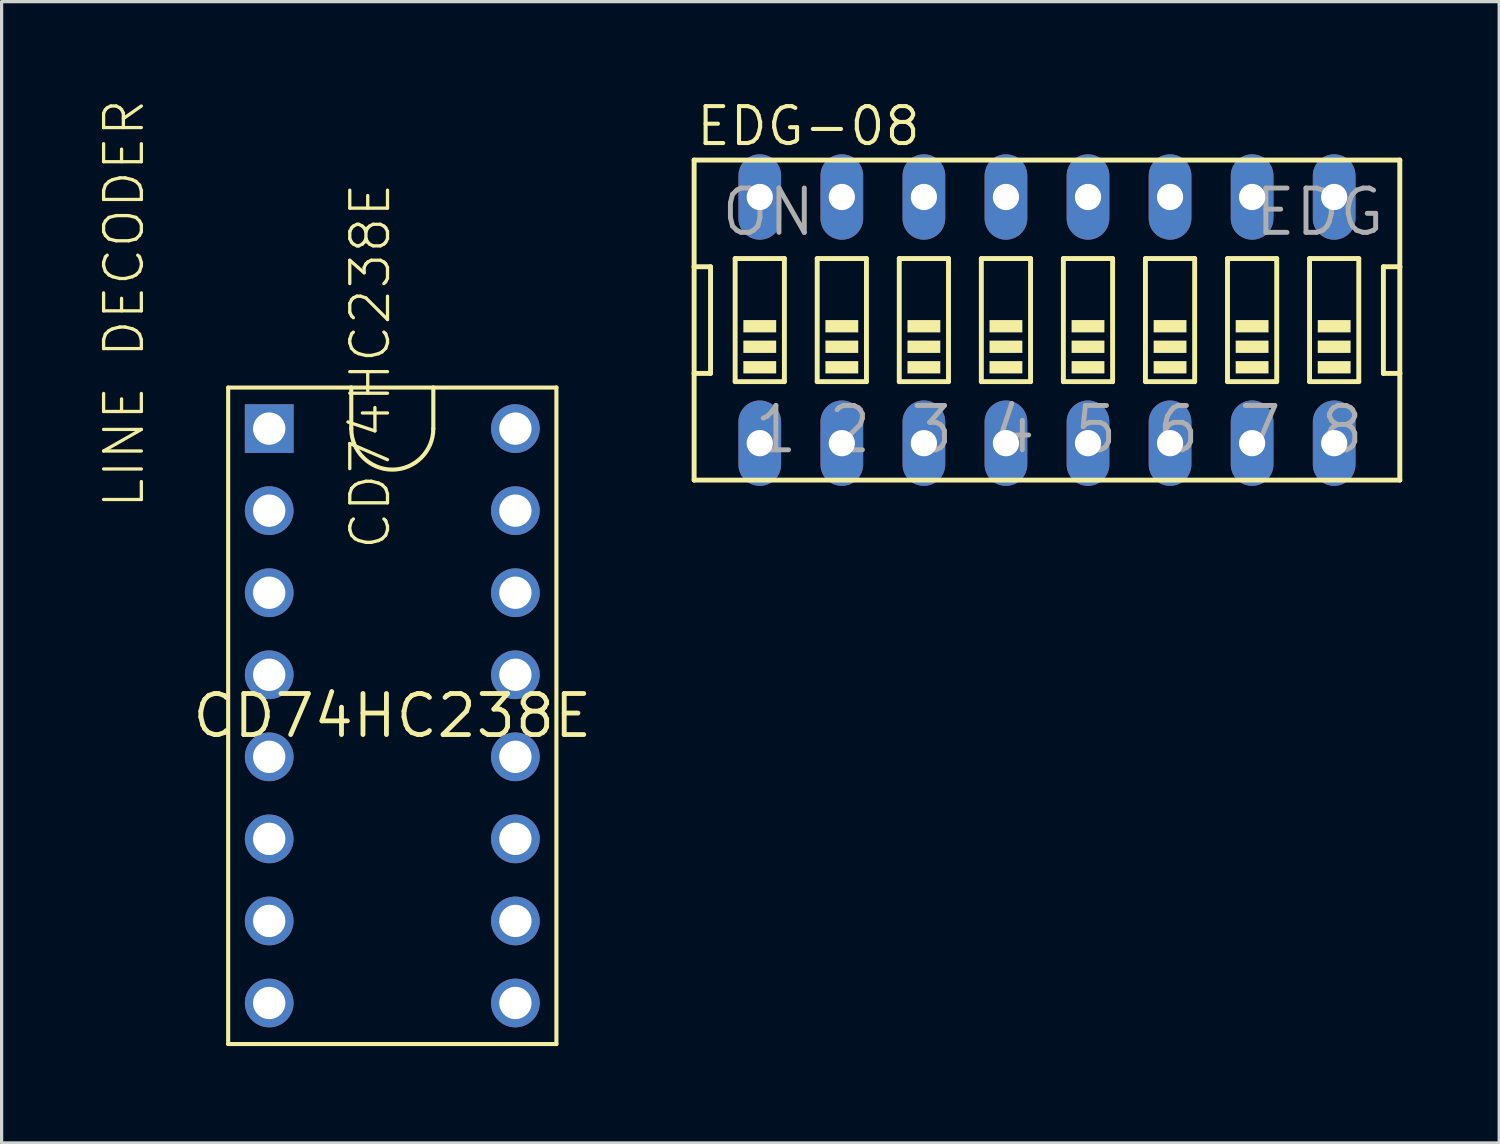
<source format=kicad_pcb>
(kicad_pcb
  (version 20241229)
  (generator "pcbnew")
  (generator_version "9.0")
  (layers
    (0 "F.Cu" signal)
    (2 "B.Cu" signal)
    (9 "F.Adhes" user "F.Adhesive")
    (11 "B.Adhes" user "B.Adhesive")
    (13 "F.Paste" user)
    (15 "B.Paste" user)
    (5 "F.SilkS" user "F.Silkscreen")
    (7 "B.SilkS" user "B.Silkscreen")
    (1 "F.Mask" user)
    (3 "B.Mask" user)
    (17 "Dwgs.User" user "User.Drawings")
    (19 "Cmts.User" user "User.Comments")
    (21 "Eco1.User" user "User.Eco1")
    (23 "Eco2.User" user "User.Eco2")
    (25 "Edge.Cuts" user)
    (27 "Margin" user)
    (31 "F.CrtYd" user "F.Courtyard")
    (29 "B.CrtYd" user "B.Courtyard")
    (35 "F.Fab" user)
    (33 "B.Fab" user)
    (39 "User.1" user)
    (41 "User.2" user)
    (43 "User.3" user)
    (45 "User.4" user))
  (footprint "EDG-08"
    (layer "F.Cu")
    (at 29.358 6.858)
    (property "Reference" "EDG-08" (at -10.922 -5.334 0) (layer "F.SilkS") (effects (font (size 1.143 1.143) (thickness 0.127)) (justify left bottom)))
    (fp_line (start -10.922 -4.953) (end -10.922 -1.651) (stroke (width 0.152) (type solid)) (layer "F.SilkS"))
    (fp_line (start -10.922 -1.651) (end -10.922 1.651) (stroke (width 0.152) (type solid)) (layer "F.SilkS"))
    (fp_line (start -10.922 1.651) (end -10.922 4.953) (stroke (width 0.152) (type solid)) (layer "F.SilkS"))
    (fp_line (start -10.922 1.651) (end -10.414 1.651) (stroke (width 0.152) (type solid)) (layer "F.SilkS"))
    (fp_line (start -10.922 4.953) (end 10.922 4.953) (stroke (width 0.152) (type solid)) (layer "F.SilkS"))
    (fp_line (start -10.414 -1.651) (end -10.922 -1.651) (stroke (width 0.152) (type solid)) (layer "F.SilkS"))
    (fp_line (start -10.414 1.651) (end -10.414 -1.651) (stroke (width 0.152) (type solid)) (layer "F.SilkS"))
    (fp_line (start -9.652 -1.905) (end -9.652 1.905) (stroke (width 0.152) (type solid)) (layer "F.SilkS"))
    (fp_line (start -9.652 -1.905) (end -8.128 -1.905) (stroke (width 0.152) (type solid)) (layer "F.SilkS"))
    (fp_line (start -8.128 1.905) (end -9.652 1.905) (stroke (width 0.152) (type solid)) (layer "F.SilkS"))
    (fp_line (start -8.128 1.905) (end -8.128 -1.905) (stroke (width 0.152) (type solid)) (layer "F.SilkS"))
    (fp_line (start -7.112 -1.905) (end -7.112 1.905) (stroke (width 0.152) (type solid)) (layer "F.SilkS"))
    (fp_line (start -7.112 -1.905) (end -5.588 -1.905) (stroke (width 0.152) (type solid)) (layer "F.SilkS"))
    (fp_line (start -5.588 1.905) (end -7.112 1.905) (stroke (width 0.152) (type solid)) (layer "F.SilkS"))
    (fp_line (start -5.588 1.905) (end -5.588 -1.905) (stroke (width 0.152) (type solid)) (layer "F.SilkS"))
    (fp_line (start -4.572 -1.905) (end -4.572 1.905) (stroke (width 0.152) (type solid)) (layer "F.SilkS"))
    (fp_line (start -4.572 -1.905) (end -3.048 -1.905) (stroke (width 0.152) (type solid)) (layer "F.SilkS"))
    (fp_line (start -3.048 1.905) (end -4.572 1.905) (stroke (width 0.152) (type solid)) (layer "F.SilkS"))
    (fp_line (start -3.048 1.905) (end -3.048 -1.905) (stroke (width 0.152) (type solid)) (layer "F.SilkS"))
    (fp_line (start -2.032 -1.905) (end -2.032 1.905) (stroke (width 0.152) (type solid)) (layer "F.SilkS"))
    (fp_line (start -2.032 -1.905) (end -0.508 -1.905) (stroke (width 0.152) (type solid)) (layer "F.SilkS"))
    (fp_line (start -0.508 1.905) (end -2.032 1.905) (stroke (width 0.152) (type solid)) (layer "F.SilkS"))
    (fp_line (start -0.508 1.905) (end -0.508 -1.905) (stroke (width 0.152) (type solid)) (layer "F.SilkS"))
    (fp_line (start 0.508 -1.905) (end 0.508 1.905) (stroke (width 0.152) (type solid)) (layer "F.SilkS"))
    (fp_line (start 0.508 -1.905) (end 2.032 -1.905) (stroke (width 0.152) (type solid)) (layer "F.SilkS"))
    (fp_line (start 2.032 1.905) (end 0.508 1.905) (stroke (width 0.152) (type solid)) (layer "F.SilkS"))
    (fp_line (start 2.032 1.905) (end 2.032 -1.905) (stroke (width 0.152) (type solid)) (layer "F.SilkS"))
    (fp_line (start 3.048 -1.905) (end 3.048 1.905) (stroke (width 0.152) (type solid)) (layer "F.SilkS"))
    (fp_line (start 3.048 -1.905) (end 4.572 -1.905) (stroke (width 0.152) (type solid)) (layer "F.SilkS"))
    (fp_line (start 4.572 1.905) (end 3.048 1.905) (stroke (width 0.152) (type solid)) (layer "F.SilkS"))
    (fp_line (start 4.572 1.905) (end 4.572 -1.905) (stroke (width 0.152) (type solid)) (layer "F.SilkS"))
    (fp_line (start 5.588 -1.905) (end 5.588 1.905) (stroke (width 0.152) (type solid)) (layer "F.SilkS"))
    (fp_line (start 5.588 -1.905) (end 7.112 -1.905) (stroke (width 0.152) (type solid)) (layer "F.SilkS"))
    (fp_line (start 7.112 1.905) (end 5.588 1.905) (stroke (width 0.152) (type solid)) (layer "F.SilkS"))
    (fp_line (start 7.112 1.905) (end 7.112 -1.905) (stroke (width 0.152) (type solid)) (layer "F.SilkS"))
    (fp_line (start 8.128 -1.905) (end 8.128 1.905) (stroke (width 0.152) (type solid)) (layer "F.SilkS"))
    (fp_line (start 8.128 -1.905) (end 9.652 -1.905) (stroke (width 0.152) (type solid)) (layer "F.SilkS"))
    (fp_line (start 9.652 1.905) (end 8.128 1.905) (stroke (width 0.152) (type solid)) (layer "F.SilkS"))
    (fp_line (start 9.652 1.905) (end 9.652 -1.905) (stroke (width 0.152) (type solid)) (layer "F.SilkS"))
    (fp_line (start 10.414 -1.651) (end 10.414 1.651) (stroke (width 0.152) (type solid)) (layer "F.SilkS"))
    (fp_line (start 10.414 1.651) (end 10.922 1.651) (stroke (width 0.152) (type solid)) (layer "F.SilkS"))
    (fp_line (start 10.922 -4.953) (end -10.922 -4.953) (stroke (width 0.152) (type solid)) (layer "F.SilkS"))
    (fp_line (start 10.922 -1.651) (end 10.414 -1.651) (stroke (width 0.152) (type solid)) (layer "F.SilkS"))
    (fp_line (start 10.922 -1.651) (end 10.922 -4.953) (stroke (width 0.152) (type solid)) (layer "F.SilkS"))
    (fp_line (start 10.922 1.651) (end 10.922 -1.651) (stroke (width 0.152) (type solid)) (layer "F.SilkS"))
    (fp_line (start 10.922 4.953) (end 10.922 1.651) (stroke (width 0.152) (type solid)) (layer "F.SilkS"))
    (fp_poly (pts (xy -9.398 0.381) (xy -8.382 0.381) (xy -8.382 0) (xy -9.398 0)) (stroke (width 0) (type default)) (fill yes) (layer "F.SilkS"))
    (fp_poly (pts (xy -9.398 1.016) (xy -8.382 1.016) (xy -8.382 0.635) (xy -9.398 0.635)) (stroke (width 0) (type default)) (fill yes) (layer "F.SilkS"))
    (fp_poly (pts (xy -9.398 1.651) (xy -8.382 1.651) (xy -8.382 1.27) (xy -9.398 1.27)) (stroke (width 0) (type default)) (fill yes) (layer "F.SilkS"))
    (fp_poly (pts (xy -6.858 0.381) (xy -5.842 0.381) (xy -5.842 0) (xy -6.858 0)) (stroke (width 0) (type default)) (fill yes) (layer "F.SilkS"))
    (fp_poly (pts (xy -6.858 1.016) (xy -5.842 1.016) (xy -5.842 0.635) (xy -6.858 0.635)) (stroke (width 0) (type default)) (fill yes) (layer "F.SilkS"))
    (fp_poly (pts (xy -6.858 1.651) (xy -5.842 1.651) (xy -5.842 1.27) (xy -6.858 1.27)) (stroke (width 0) (type default)) (fill yes) (layer "F.SilkS"))
    (fp_poly (pts (xy -4.318 0.381) (xy -3.302 0.381) (xy -3.302 0) (xy -4.318 0)) (stroke (width 0) (type default)) (fill yes) (layer "F.SilkS"))
    (fp_poly (pts (xy -4.318 1.016) (xy -3.302 1.016) (xy -3.302 0.635) (xy -4.318 0.635)) (stroke (width 0) (type default)) (fill yes) (layer "F.SilkS"))
    (fp_poly (pts (xy -4.318 1.651) (xy -3.302 1.651) (xy -3.302 1.27) (xy -4.318 1.27)) (stroke (width 0) (type default)) (fill yes) (layer "F.SilkS"))
    (fp_poly (pts (xy -1.778 0.381) (xy -0.762 0.381) (xy -0.762 0) (xy -1.778 0)) (stroke (width 0) (type default)) (fill yes) (layer "F.SilkS"))
    (fp_poly (pts (xy -1.778 1.016) (xy -0.762 1.016) (xy -0.762 0.635) (xy -1.778 0.635)) (stroke (width 0) (type default)) (fill yes) (layer "F.SilkS"))
    (fp_poly (pts (xy -1.778 1.651) (xy -0.762 1.651) (xy -0.762 1.27) (xy -1.778 1.27)) (stroke (width 0) (type default)) (fill yes) (layer "F.SilkS"))
    (fp_poly (pts (xy 0.762 0.381) (xy 1.778 0.381) (xy 1.778 0) (xy 0.762 0)) (stroke (width 0) (type default)) (fill yes) (layer "F.SilkS"))
    (fp_poly (pts (xy 0.762 1.016) (xy 1.778 1.016) (xy 1.778 0.635) (xy 0.762 0.635)) (stroke (width 0) (type default)) (fill yes) (layer "F.SilkS"))
    (fp_poly (pts (xy 0.762 1.651) (xy 1.778 1.651) (xy 1.778 1.27) (xy 0.762 1.27)) (stroke (width 0) (type default)) (fill yes) (layer "F.SilkS"))
    (fp_poly (pts (xy 3.302 0.381) (xy 4.318 0.381) (xy 4.318 0) (xy 3.302 0)) (stroke (width 0) (type default)) (fill yes) (layer "F.SilkS"))
    (fp_poly (pts (xy 3.302 1.016) (xy 4.318 1.016) (xy 4.318 0.635) (xy 3.302 0.635)) (stroke (width 0) (type default)) (fill yes) (layer "F.SilkS"))
    (fp_poly (pts (xy 3.302 1.651) (xy 4.318 1.651) (xy 4.318 1.27) (xy 3.302 1.27)) (stroke (width 0) (type default)) (fill yes) (layer "F.SilkS"))
    (fp_poly (pts (xy 5.842 0.381) (xy 6.858 0.381) (xy 6.858 0) (xy 5.842 0)) (stroke (width 0) (type default)) (fill yes) (layer "F.SilkS"))
    (fp_poly (pts (xy 5.842 1.016) (xy 6.858 1.016) (xy 6.858 0.635) (xy 5.842 0.635)) (stroke (width 0) (type default)) (fill yes) (layer "F.SilkS"))
    (fp_poly (pts (xy 5.842 1.651) (xy 6.858 1.651) (xy 6.858 1.27) (xy 5.842 1.27)) (stroke (width 0) (type default)) (fill yes) (layer "F.SilkS"))
    (fp_poly (pts (xy 8.382 0.381) (xy 9.398 0.381) (xy 9.398 0) (xy 8.382 0)) (stroke (width 0) (type default)) (fill yes) (layer "F.SilkS"))
    (fp_poly (pts (xy 8.382 1.016) (xy 9.398 1.016) (xy 9.398 0.635) (xy 8.382 0.635)) (stroke (width 0) (type default)) (fill yes) (layer "F.SilkS"))
    (fp_poly (pts (xy 8.382 1.651) (xy 9.398 1.651) (xy 9.398 1.27) (xy 8.382 1.27)) (stroke (width 0) (type default)) (fill yes) (layer "F.SilkS"))
    (fp_text user "6" (at 3.302 4.191 0) (layer "F.Fab") (effects (font (size 1.372 1.372) (thickness 0.152)) (justify left bottom)))
    (fp_text user "7" (at 5.842 4.191 0) (layer "F.Fab") (effects (font (size 1.372 1.372) (thickness 0.152)) (justify left bottom)))
    (fp_text user "3" (at -4.318 4.191 0) (layer "F.Fab") (effects (font (size 1.372 1.372) (thickness 0.152)) (justify left bottom)))
    (fp_text user "2" (at -6.858 4.191 0) (layer "F.Fab") (effects (font (size 1.372 1.372) (thickness 0.152)) (justify left bottom)))
    (fp_text user "EDG" (at 6.35 -2.54 0) (layer "F.Fab") (effects (font (size 1.372 1.372) (thickness 0.152)) (justify left bottom)))
    (fp_text user "5" (at 0.762 4.191 0) (layer "F.Fab") (effects (font (size 1.372 1.372) (thickness 0.152)) (justify left bottom)))
    (fp_text user "1" (at -9.144 4.191 0) (layer "F.Fab") (effects (font (size 1.372 1.372) (thickness 0.152)) (justify left bottom)))
    (fp_text user "4" (at -1.778 4.191 0) (layer "F.Fab") (effects (font (size 1.372 1.372) (thickness 0.152)) (justify left bottom)))
    (fp_text user "8" (at 8.382 4.191 0) (layer "F.Fab") (effects (font (size 1.372 1.372) (thickness 0.152)) (justify left bottom)))
    (fp_text user "ON" (at -10.16 -2.54 0) (layer "F.Fab") (effects (font (size 1.372 1.372) (thickness 0.152)) (justify left bottom)))
    (pad "1" thru_hole oval (at -8.89 3.81 90) (size 2.642 1.321) (drill 0.813) (layers "*.Cu" "*.Mask"))
    (pad "2" thru_hole oval (at -6.35 3.81 90) (size 2.642 1.321) (drill 0.813) (layers "*.Cu" "*.Mask"))
    (pad "3" thru_hole oval (at -3.81 3.81 90) (size 2.642 1.321) (drill 0.813) (layers "*.Cu" "*.Mask"))
    (pad "4" thru_hole oval (at -1.27 3.81 90) (size 2.642 1.321) (drill 0.813) (layers "*.Cu" "*.Mask"))
    (pad "5" thru_hole oval (at 1.27 3.81 90) (size 2.642 1.321) (drill 0.813) (layers "*.Cu" "*.Mask"))
    (pad "6" thru_hole oval (at 3.81 3.81 90) (size 2.642 1.321) (drill 0.813) (layers "*.Cu" "*.Mask"))
    (pad "7" thru_hole oval (at 6.35 3.81 90) (size 2.642 1.321) (drill 0.813) (layers "*.Cu" "*.Mask"))
    (pad "8" thru_hole oval (at 8.89 3.81 90) (size 2.642 1.321) (drill 0.813) (layers "*.Cu" "*.Mask"))
    (pad "9" thru_hole oval (at 8.89 -3.81 90) (size 2.642 1.321) (drill 0.813) (layers "*.Cu" "*.Mask"))
    (pad "10" thru_hole oval (at 6.35 -3.81 90) (size 2.642 1.321) (drill 0.813) (layers "*.Cu" "*.Mask"))
    (pad "11" thru_hole oval (at 3.81 -3.81 90) (size 2.642 1.321) (drill 0.813) (layers "*.Cu" "*.Mask"))
    (pad "12" thru_hole oval (at 1.27 -3.81 90) (size 2.642 1.321) (drill 0.813) (layers "*.Cu" "*.Mask"))
    (pad "13" thru_hole oval (at -1.27 -3.81 90) (size 2.642 1.321) (drill 0.813) (layers "*.Cu" "*.Mask"))
    (pad "14" thru_hole oval (at -3.81 -3.81 90) (size 2.642 1.321) (drill 0.813) (layers "*.Cu" "*.Mask"))
    (pad "15" thru_hole oval (at -6.35 -3.81 90) (size 2.642 1.321) (drill 0.813) (layers "*.Cu" "*.Mask"))
    (pad "16" thru_hole oval (at -8.89 -3.81 90) (size 2.642 1.321) (drill 0.813) (layers "*.Cu" "*.Mask")))
  (footprint "CD74HC238E"
    (layer "F.Cu")
    (at 9.093 19.107)
    (property "Reference" "CD74HC238E" (at 0 0 0) (layer "F.SilkS") (effects (font (size 1.27 1.27) (thickness 0.15))))
    (fp_line (start -5.08 -10.16) (end -5.08 10.16) (stroke (width 0.127) (type solid)) (layer "F.SilkS"))
    (fp_line (start -5.08 10.16) (end 5.08 10.16) (stroke (width 0.127) (type solid)) (layer "F.SilkS"))
    (fp_line (start -1.27 -10.16) (end -5.08 -10.16) (stroke (width 0.127) (type solid)) (layer "F.SilkS"))
    (fp_line (start -1.27 -10.16) (end -1.27 -8.89) (stroke (width 0.127) (type solid)) (layer "F.SilkS"))
    (fp_line (start 1.27 -10.16) (end -1.27 -10.16) (stroke (width 0.127) (type solid)) (layer "F.SilkS"))
    (fp_line (start 1.27 -10.16) (end 1.27 -8.89) (stroke (width 0.127) (type solid)) (layer "F.SilkS"))
    (fp_line (start 5.08 -10.16) (end 1.27 -10.16) (stroke (width 0.127) (type solid)) (layer "F.SilkS"))
    (fp_line (start 5.08 10.16) (end 5.08 -10.16) (stroke (width 0.127) (type solid)) (layer "F.SilkS"))
    (fp_arc (start 1.27 -8.89) (mid 0 -7.62) (end -1.27 -8.89) (stroke (width 0.127) (type solid)) (layer "F.SilkS"))
    (fp_text user "CD74HC238E" (at 0 -5.08 270) (layer "F.SilkS") (effects (font (size 1.168 1.168) (thickness 0.102)) (justify left bottom)))
    (fp_text user "LINE DECODER" (at -7.62 -6.35 270) (layer "F.SilkS") (effects (font (size 1.168 1.168) (thickness 0.102)) (justify left bottom)))
    (pad "P$1" thru_hole rect (at -3.81 -8.89) (size 1.508 1.508) (drill 1) (layers "*.Cu" "*.Mask"))
    (pad "P$2" thru_hole circle (at -3.81 -6.35) (size 1.508 1.508) (drill 1) (layers "*.Cu" "*.Mask"))
    (pad "P$3" thru_hole circle (at -3.81 -3.81) (size 1.508 1.508) (drill 1) (layers "*.Cu" "*.Mask"))
    (pad "P$4" thru_hole circle (at -3.81 -1.27) (size 1.508 1.508) (drill 1) (layers "*.Cu" "*.Mask"))
    (pad "P$5" thru_hole circle (at -3.81 1.27) (size 1.508 1.508) (drill 1) (layers "*.Cu" "*.Mask"))
    (pad "P$6" thru_hole circle (at -3.81 3.81) (size 1.508 1.508) (drill 1) (layers "*.Cu" "*.Mask"))
    (pad "P$7" thru_hole circle (at -3.81 6.35) (size 1.508 1.508) (drill 1) (layers "*.Cu" "*.Mask"))
    (pad "P$8" thru_hole circle (at -3.81 8.89) (size 1.508 1.508) (drill 1) (layers "*.Cu" "*.Mask"))
    (pad "P$9" thru_hole circle (at 3.81 8.89) (size 1.508 1.508) (drill 1) (layers "*.Cu" "*.Mask"))
    (pad "P$10" thru_hole circle (at 3.81 6.35) (size 1.508 1.508) (drill 1) (layers "*.Cu" "*.Mask"))
    (pad "P$11" thru_hole circle (at 3.81 3.81) (size 1.508 1.508) (drill 1) (layers "*.Cu" "*.Mask"))
    (pad "P$12" thru_hole circle (at 3.81 1.27) (size 1.508 1.508) (drill 1) (layers "*.Cu" "*.Mask"))
    (pad "P$13" thru_hole circle (at 3.81 -1.27) (size 1.508 1.508) (drill 1) (layers "*.Cu" "*.Mask"))
    (pad "P$14" thru_hole circle (at 3.81 -3.81) (size 1.508 1.508) (drill 1) (layers "*.Cu" "*.Mask"))
    (pad "P$15" thru_hole circle (at 3.81 -6.35) (size 1.508 1.508) (drill 1) (layers "*.Cu" "*.Mask"))
    (pad "P$16" thru_hole circle (at 3.81 -8.89) (size 1.508 1.508) (drill 1) (layers "*.Cu" "*.Mask")))
  (gr_rect
    (start -3 -3)
    (end 43.356 32.33)
    (stroke (width 0.1) (type default))
    (fill no)
    (layer "Edge.Cuts")))
</source>
